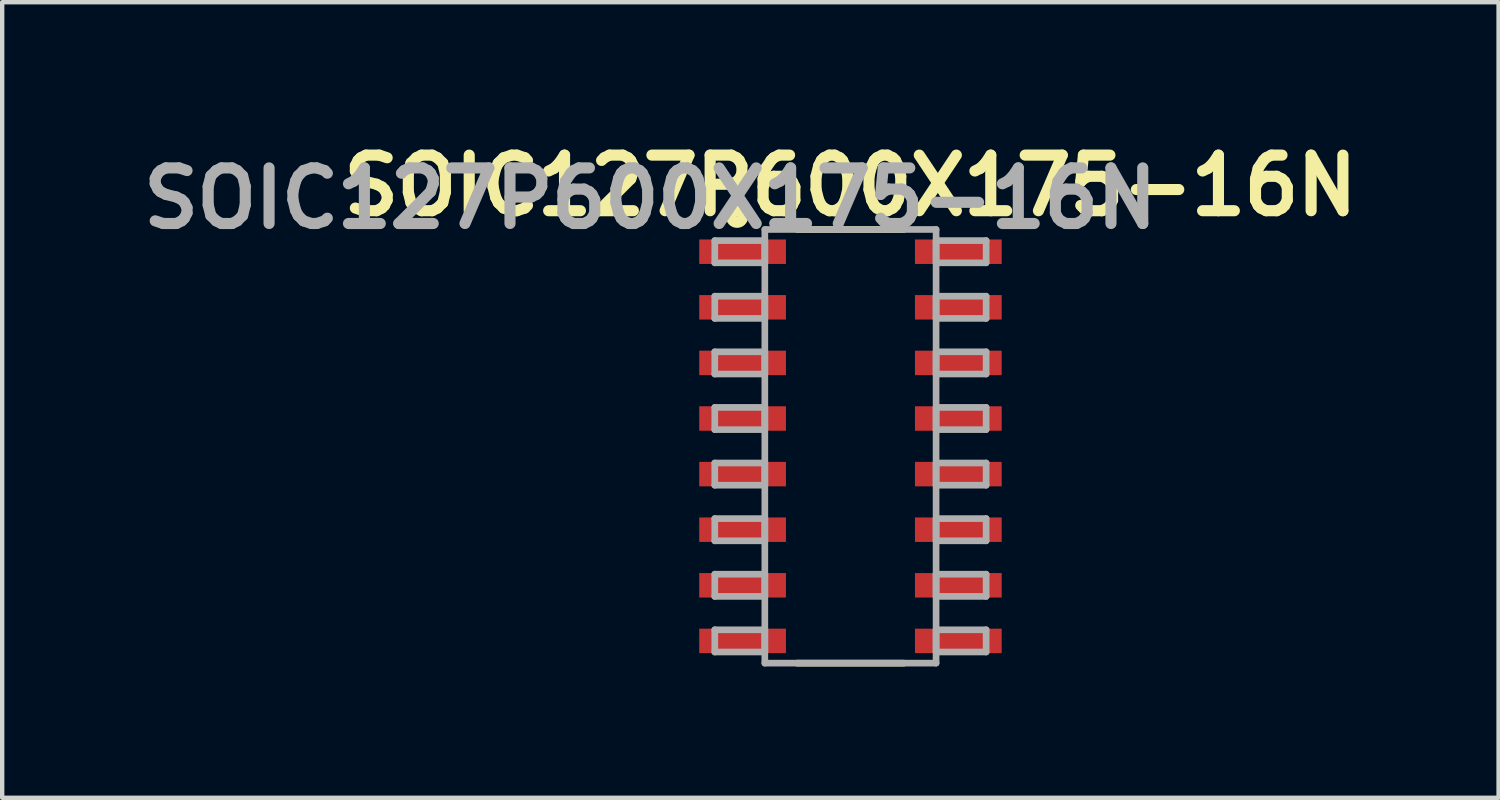
<source format=kicad_pcb>
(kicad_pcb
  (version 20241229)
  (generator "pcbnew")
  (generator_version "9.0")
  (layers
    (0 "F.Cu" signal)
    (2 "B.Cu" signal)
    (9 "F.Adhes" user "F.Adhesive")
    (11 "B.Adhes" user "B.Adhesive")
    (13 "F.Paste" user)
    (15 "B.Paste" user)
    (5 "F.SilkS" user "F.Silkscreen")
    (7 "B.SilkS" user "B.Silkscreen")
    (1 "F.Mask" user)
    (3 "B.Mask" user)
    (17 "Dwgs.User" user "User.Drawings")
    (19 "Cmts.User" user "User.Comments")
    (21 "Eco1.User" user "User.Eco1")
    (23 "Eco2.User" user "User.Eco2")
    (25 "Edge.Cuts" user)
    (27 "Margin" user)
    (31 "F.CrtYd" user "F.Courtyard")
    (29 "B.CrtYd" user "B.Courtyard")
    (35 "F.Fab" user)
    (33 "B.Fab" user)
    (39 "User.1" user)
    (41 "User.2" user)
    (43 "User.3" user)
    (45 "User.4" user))
  (footprint "SOIC127P600X175-16N"
    (layer "F.Cu")
    (at 16.377 7.145)
    (property "Reference" "SOIC127P600X175-16N" (at 0 -5.956 0) (layer "F.SilkS") (effects (font (size 1.27 1.27) (thickness 0.254))))
    (attr smd)
    (fp_line (start -1.219 4.953) (end 1.219 4.953) (stroke (width 0.152) (type solid)) (layer "F.SilkS"))
    (fp_line (start -0.305 -4.953) (end -1.219 -4.953) (stroke (width 0.152) (type solid)) (layer "F.SilkS"))
    (fp_line (start 0.305 -4.953) (end -0.305 -4.953) (stroke (width 0.152) (type solid)) (layer "F.SilkS"))
    (fp_line (start 1.219 -4.953) (end 0.305 -4.953) (stroke (width 0.152) (type solid)) (layer "F.SilkS"))
    (fp_circle (center -2.591 -5.245) (end -2.461 -5.245) (stroke (width 0.25) (type solid)) (fill no) (layer "F.SilkS"))
    (fp_line (start -3.099 -4.699) (end -3.099 -4.191) (stroke (width 0.152) (type solid)) (layer "F.Fab"))
    (fp_line (start -3.099 -4.191) (end -1.956 -4.191) (stroke (width 0.152) (type solid)) (layer "F.Fab"))
    (fp_line (start -3.099 -3.429) (end -3.099 -2.921) (stroke (width 0.152) (type solid)) (layer "F.Fab"))
    (fp_line (start -3.099 -2.921) (end -1.956 -2.921) (stroke (width 0.152) (type solid)) (layer "F.Fab"))
    (fp_line (start -3.099 -2.159) (end -3.099 -1.651) (stroke (width 0.152) (type solid)) (layer "F.Fab"))
    (fp_line (start -3.099 -1.651) (end -1.956 -1.651) (stroke (width 0.152) (type solid)) (layer "F.Fab"))
    (fp_line (start -3.099 -0.889) (end -3.099 -0.381) (stroke (width 0.152) (type solid)) (layer "F.Fab"))
    (fp_line (start -3.099 -0.381) (end -1.956 -0.381) (stroke (width 0.152) (type solid)) (layer "F.Fab"))
    (fp_line (start -3.099 0.381) (end -3.099 0.889) (stroke (width 0.152) (type solid)) (layer "F.Fab"))
    (fp_line (start -3.099 0.889) (end -1.956 0.889) (stroke (width 0.152) (type solid)) (layer "F.Fab"))
    (fp_line (start -3.099 1.651) (end -3.099 2.159) (stroke (width 0.152) (type solid)) (layer "F.Fab"))
    (fp_line (start -3.099 2.159) (end -1.956 2.159) (stroke (width 0.152) (type solid)) (layer "F.Fab"))
    (fp_line (start -3.099 2.921) (end -3.099 3.429) (stroke (width 0.152) (type solid)) (layer "F.Fab"))
    (fp_line (start -3.099 3.429) (end -1.956 3.429) (stroke (width 0.152) (type solid)) (layer "F.Fab"))
    (fp_line (start -3.099 4.191) (end -3.099 4.699) (stroke (width 0.152) (type solid)) (layer "F.Fab"))
    (fp_line (start -3.099 4.699) (end -1.956 4.699) (stroke (width 0.152) (type solid)) (layer "F.Fab"))
    (fp_line (start -1.956 -4.953) (end -1.956 4.953) (stroke (width 0.152) (type solid)) (layer "F.Fab"))
    (fp_line (start -1.956 -4.699) (end -3.099 -4.699) (stroke (width 0.152) (type solid)) (layer "F.Fab"))
    (fp_line (start -1.956 -4.191) (end -1.956 -4.699) (stroke (width 0.152) (type solid)) (layer "F.Fab"))
    (fp_line (start -1.956 -3.429) (end -3.099 -3.429) (stroke (width 0.152) (type solid)) (layer "F.Fab"))
    (fp_line (start -1.956 -2.921) (end -1.956 -3.429) (stroke (width 0.152) (type solid)) (layer "F.Fab"))
    (fp_line (start -1.956 -2.159) (end -3.099 -2.159) (stroke (width 0.152) (type solid)) (layer "F.Fab"))
    (fp_line (start -1.956 -1.651) (end -1.956 -2.159) (stroke (width 0.152) (type solid)) (layer "F.Fab"))
    (fp_line (start -1.956 -0.889) (end -3.099 -0.889) (stroke (width 0.152) (type solid)) (layer "F.Fab"))
    (fp_line (start -1.956 -0.381) (end -1.956 -0.889) (stroke (width 0.152) (type solid)) (layer "F.Fab"))
    (fp_line (start -1.956 0.381) (end -3.099 0.381) (stroke (width 0.152) (type solid)) (layer "F.Fab"))
    (fp_line (start -1.956 0.889) (end -1.956 0.381) (stroke (width 0.152) (type solid)) (layer "F.Fab"))
    (fp_line (start -1.956 1.651) (end -3.099 1.651) (stroke (width 0.152) (type solid)) (layer "F.Fab"))
    (fp_line (start -1.956 2.159) (end -1.956 1.651) (stroke (width 0.152) (type solid)) (layer "F.Fab"))
    (fp_line (start -1.956 2.921) (end -3.099 2.921) (stroke (width 0.152) (type solid)) (layer "F.Fab"))
    (fp_line (start -1.956 3.429) (end -1.956 2.921) (stroke (width 0.152) (type solid)) (layer "F.Fab"))
    (fp_line (start -1.956 4.191) (end -3.099 4.191) (stroke (width 0.152) (type solid)) (layer "F.Fab"))
    (fp_line (start -1.956 4.699) (end -1.956 4.191) (stroke (width 0.152) (type solid)) (layer "F.Fab"))
    (fp_line (start -1.956 4.953) (end 1.956 4.953) (stroke (width 0.152) (type solid)) (layer "F.Fab"))
    (fp_line (start -0.305 -4.953) (end -1.956 -4.953) (stroke (width 0.152) (type solid)) (layer "F.Fab"))
    (fp_line (start 0.305 -4.953) (end -0.305 -4.953) (stroke (width 0.152) (type solid)) (layer "F.Fab"))
    (fp_line (start 1.956 -4.953) (end 0.305 -4.953) (stroke (width 0.152) (type solid)) (layer "F.Fab"))
    (fp_line (start 1.956 -4.699) (end 1.956 -4.191) (stroke (width 0.152) (type solid)) (layer "F.Fab"))
    (fp_line (start 1.956 -4.191) (end 3.099 -4.191) (stroke (width 0.152) (type solid)) (layer "F.Fab"))
    (fp_line (start 1.956 -3.429) (end 1.956 -2.921) (stroke (width 0.152) (type solid)) (layer "F.Fab"))
    (fp_line (start 1.956 -2.921) (end 3.099 -2.921) (stroke (width 0.152) (type solid)) (layer "F.Fab"))
    (fp_line (start 1.956 -2.159) (end 1.956 -1.651) (stroke (width 0.152) (type solid)) (layer "F.Fab"))
    (fp_line (start 1.956 -1.651) (end 3.099 -1.651) (stroke (width 0.152) (type solid)) (layer "F.Fab"))
    (fp_line (start 1.956 -0.889) (end 1.956 -0.381) (stroke (width 0.152) (type solid)) (layer "F.Fab"))
    (fp_line (start 1.956 -0.381) (end 3.099 -0.381) (stroke (width 0.152) (type solid)) (layer "F.Fab"))
    (fp_line (start 1.956 0.381) (end 1.956 0.889) (stroke (width 0.152) (type solid)) (layer "F.Fab"))
    (fp_line (start 1.956 0.889) (end 3.099 0.889) (stroke (width 0.152) (type solid)) (layer "F.Fab"))
    (fp_line (start 1.956 1.651) (end 1.956 2.159) (stroke (width 0.152) (type solid)) (layer "F.Fab"))
    (fp_line (start 1.956 2.159) (end 3.099 2.159) (stroke (width 0.152) (type solid)) (layer "F.Fab"))
    (fp_line (start 1.956 2.921) (end 1.956 3.429) (stroke (width 0.152) (type solid)) (layer "F.Fab"))
    (fp_line (start 1.956 3.429) (end 3.099 3.429) (stroke (width 0.152) (type solid)) (layer "F.Fab"))
    (fp_line (start 1.956 4.191) (end 1.956 4.699) (stroke (width 0.152) (type solid)) (layer "F.Fab"))
    (fp_line (start 1.956 4.699) (end 3.099 4.699) (stroke (width 0.152) (type solid)) (layer "F.Fab"))
    (fp_line (start 1.956 4.953) (end 1.956 -4.953) (stroke (width 0.152) (type solid)) (layer "F.Fab"))
    (fp_line (start 3.099 -4.699) (end 1.956 -4.699) (stroke (width 0.152) (type solid)) (layer "F.Fab"))
    (fp_line (start 3.099 -4.191) (end 3.099 -4.699) (stroke (width 0.152) (type solid)) (layer "F.Fab"))
    (fp_line (start 3.099 -3.429) (end 1.956 -3.429) (stroke (width 0.152) (type solid)) (layer "F.Fab"))
    (fp_line (start 3.099 -2.921) (end 3.099 -3.429) (stroke (width 0.152) (type solid)) (layer "F.Fab"))
    (fp_line (start 3.099 -2.159) (end 1.956 -2.159) (stroke (width 0.152) (type solid)) (layer "F.Fab"))
    (fp_line (start 3.099 -1.651) (end 3.099 -2.159) (stroke (width 0.152) (type solid)) (layer "F.Fab"))
    (fp_line (start 3.099 -0.889) (end 1.956 -0.889) (stroke (width 0.152) (type solid)) (layer "F.Fab"))
    (fp_line (start 3.099 -0.381) (end 3.099 -0.889) (stroke (width 0.152) (type solid)) (layer "F.Fab"))
    (fp_line (start 3.099 0.381) (end 1.956 0.381) (stroke (width 0.152) (type solid)) (layer "F.Fab"))
    (fp_line (start 3.099 0.889) (end 3.099 0.381) (stroke (width 0.152) (type solid)) (layer "F.Fab"))
    (fp_line (start 3.099 1.651) (end 1.956 1.651) (stroke (width 0.152) (type solid)) (layer "F.Fab"))
    (fp_line (start 3.099 2.159) (end 3.099 1.651) (stroke (width 0.152) (type solid)) (layer "F.Fab"))
    (fp_line (start 3.099 2.921) (end 1.956 2.921) (stroke (width 0.152) (type solid)) (layer "F.Fab"))
    (fp_line (start 3.099 3.429) (end 3.099 2.921) (stroke (width 0.152) (type solid)) (layer "F.Fab"))
    (fp_line (start 3.099 4.191) (end 1.956 4.191) (stroke (width 0.152) (type solid)) (layer "F.Fab"))
    (fp_line (start 3.099 4.699) (end 3.099 4.191) (stroke (width 0.152) (type solid)) (layer "F.Fab"))
    (fp_text user "${REFERENCE}" (at -4.572 -5.664 0) (layer "F.Fab") (effects (font (size 1.27 1.27) (thickness 0.254))))
    (pad "1" smd rect (at -2.464 -4.445 90) (size 0.559 1.981) (layers "F.Cu" "F.Mask" "F.Paste"))
    (pad "2" smd rect (at -2.464 -3.175 90) (size 0.559 1.981) (layers "F.Cu" "F.Mask" "F.Paste"))
    (pad "3" smd rect (at -2.464 -1.905 90) (size 0.559 1.981) (layers "F.Cu" "F.Mask" "F.Paste"))
    (pad "4" smd rect (at -2.464 -0.635 90) (size 0.559 1.981) (layers "F.Cu" "F.Mask" "F.Paste"))
    (pad "5" smd rect (at -2.464 0.635 90) (size 0.559 1.981) (layers "F.Cu" "F.Mask" "F.Paste"))
    (pad "6" smd rect (at -2.464 1.905 90) (size 0.559 1.981) (layers "F.Cu" "F.Mask" "F.Paste"))
    (pad "7" smd rect (at -2.464 3.175 90) (size 0.559 1.981) (layers "F.Cu" "F.Mask" "F.Paste"))
    (pad "8" smd rect (at -2.464 4.445 90) (size 0.559 1.981) (layers "F.Cu" "F.Mask" "F.Paste"))
    (pad "9" smd rect (at 2.464 4.445 90) (size 0.559 1.981) (layers "F.Cu" "F.Mask" "F.Paste"))
    (pad "10" smd rect (at 2.464 3.175 90) (size 0.559 1.981) (layers "F.Cu" "F.Mask" "F.Paste"))
    (pad "11" smd rect (at 2.464 1.905 90) (size 0.559 1.981) (layers "F.Cu" "F.Mask" "F.Paste"))
    (pad "12" smd rect (at 2.464 0.635 90) (size 0.559 1.981) (layers "F.Cu" "F.Mask" "F.Paste"))
    (pad "13" smd rect (at 2.464 -0.635 90) (size 0.559 1.981) (layers "F.Cu" "F.Mask" "F.Paste"))
    (pad "14" smd rect (at 2.464 -1.905 90) (size 0.559 1.981) (layers "F.Cu" "F.Mask" "F.Paste"))
    (pad "15" smd rect (at 2.464 -3.175 90) (size 0.559 1.981) (layers "F.Cu" "F.Mask" "F.Paste"))
    (pad "16" smd rect (at 2.464 -4.445 90) (size 0.559 1.981) (layers "F.Cu" "F.Mask" "F.Paste")))
  (gr_rect
    (start -3 -3)
    (end 31.182 15.174)
    (stroke (width 0.1) (type default))
    (fill no)
    (layer "Edge.Cuts")))
</source>
